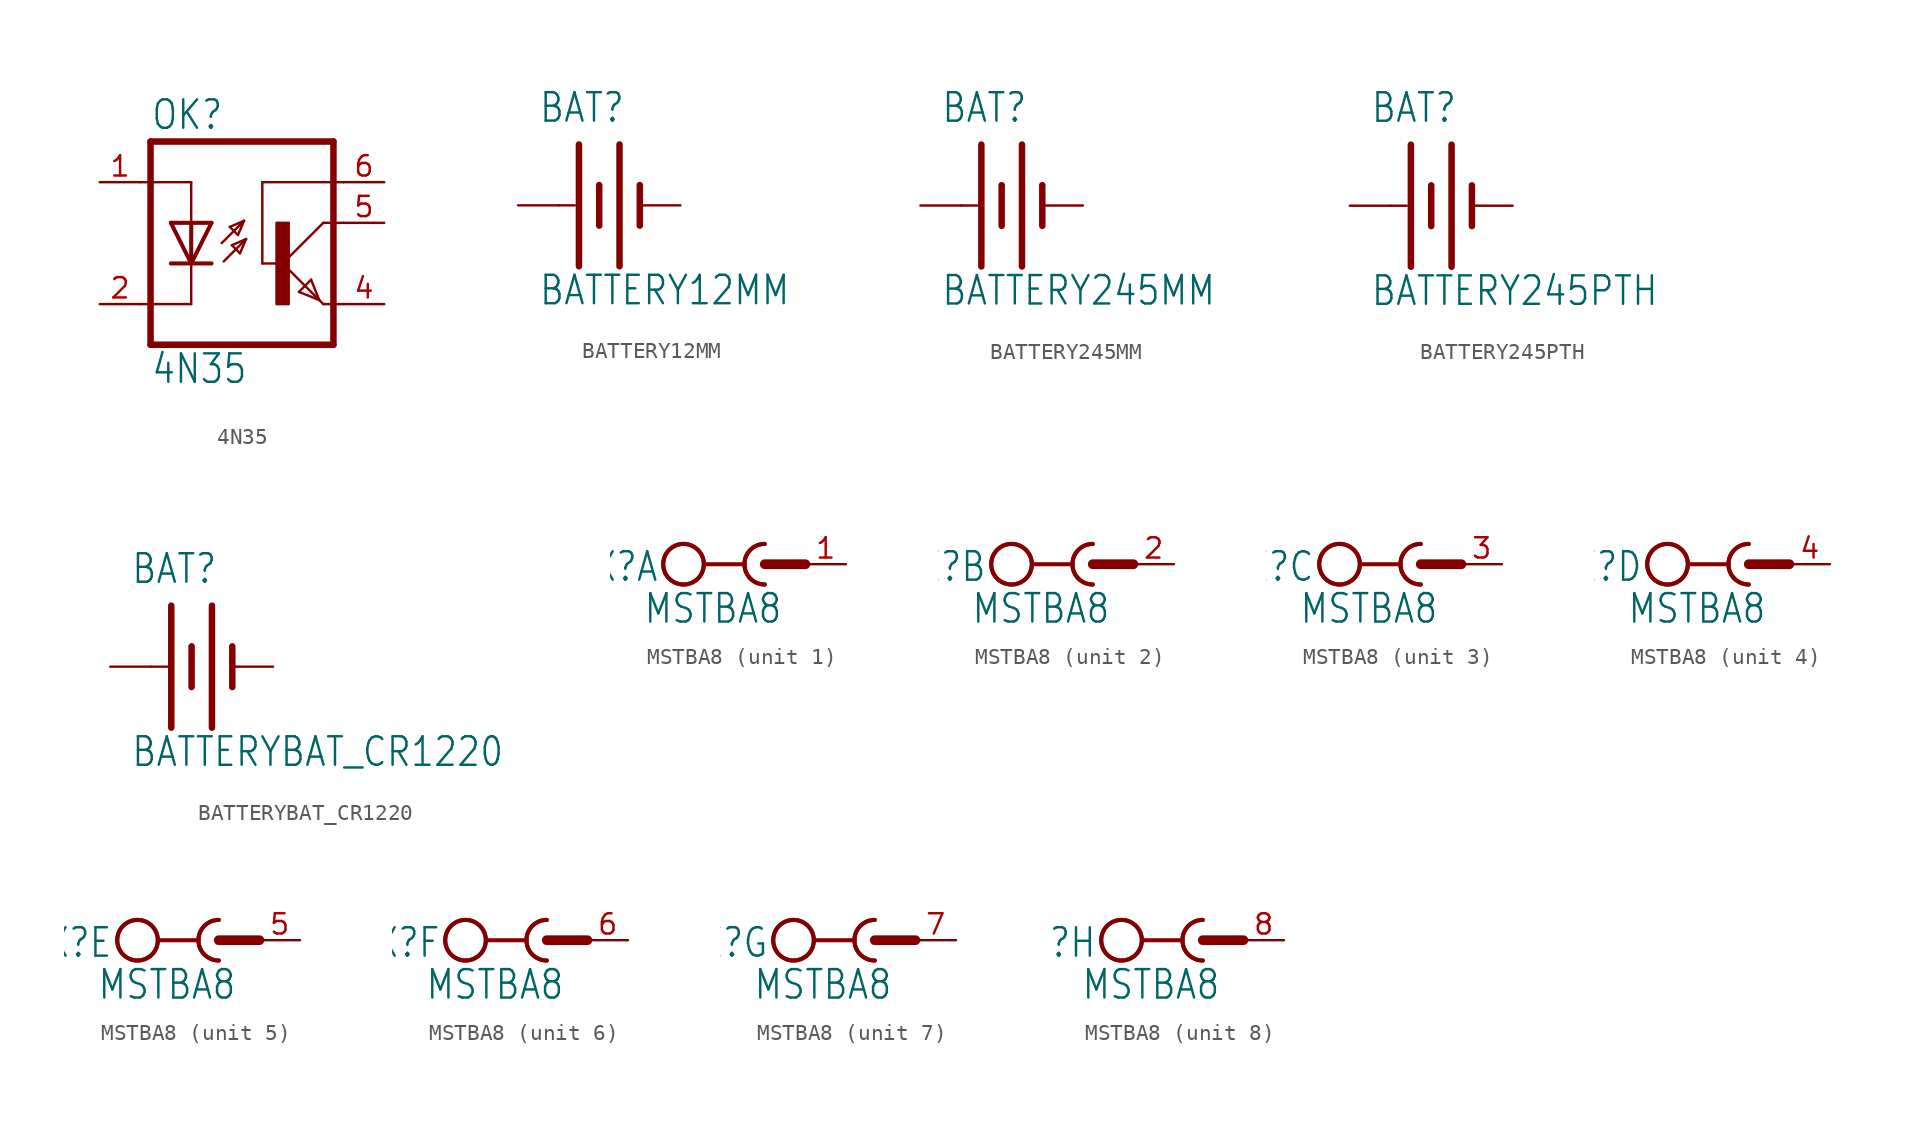
<source format=kicad_sym>
(kicad_symbol_lib
  (version 20220331)
  (generator kicad_symbol_editor)
  (symbol "4N35"
    (property "Reference" "OK"
      (at -6.985 5.715 0)
      (effects (font (size 1.778 1.511)) (justify left bottom)))
    (property "Value" "4N35"
      (at -6.985 -10.16 0)
      (effects (font (size 1.778 1.511)) (justify left bottom)))
    (property "ki_locked" ""
      (at 0 0 0)
      (effects (font (size 1.27 1.27))))
    (symbol "4N35_1_0"
      (polyline (pts (xy -7.62 2.54) (xy -4.445 2.54)) (stroke (width 0.152) (type solid)) (fill (type none)))
      (polyline (pts (xy -6.985 -7.62) (xy 4.445 -7.62)) (stroke (width 0.406) (type solid)) (fill (type none)))
      (polyline (pts (xy -6.985 5.08) (xy -6.985 -7.62)) (stroke (width 0.406) (type solid)) (fill (type none)))
      (polyline (pts (xy -6.985 5.08) (xy 4.445 5.08)) (stroke (width 0.406) (type solid)) (fill (type none)))
      (polyline (pts (xy -4.445 -5.08) (xy -7.62 -5.08)) (stroke (width 0.152) (type solid)) (fill (type none)))
      (polyline (pts (xy -4.445 -2.54) (xy -5.715 -2.54)) (stroke (width 0.254) (type solid)) (fill (type none)))
      (polyline (pts (xy -4.445 -2.54) (xy -5.715 0)) (stroke (width 0.254) (type solid)) (fill (type none)))
      (polyline (pts (xy -4.445 -2.54) (xy -4.445 -5.08)) (stroke (width 0.152) (type solid)) (fill (type none)))
      (polyline (pts (xy -4.445 0) (xy -5.715 0)) (stroke (width 0.254) (type solid)) (fill (type none)))
      (polyline (pts (xy -4.445 0) (xy -4.445 -2.54)) (stroke (width 0.254) (type solid)) (fill (type none)))
      (polyline (pts (xy -4.445 2.54) (xy -4.445 0)) (stroke (width 0.152) (type solid)) (fill (type none)))
      (polyline (pts (xy -3.175 -2.54) (xy -4.445 -2.54)) (stroke (width 0.254) (type solid)) (fill (type none)))
      (polyline (pts (xy -3.175 0) (xy -4.445 -2.54)) (stroke (width 0.254) (type solid)) (fill (type none)))
      (polyline (pts (xy -3.175 0) (xy -4.445 0)) (stroke (width 0.254) (type solid)) (fill (type none)))
      (polyline (pts (xy -2.54 -1.27) (xy -1.143 0.127)) (stroke (width 0.152) (type solid)) (fill (type none)))
      (polyline (pts (xy -2.413 -2.413) (xy -1.016 -1.016)) (stroke (width 0.152) (type solid)) (fill (type none)))
      (polyline (pts (xy -2.032 -0.254) (xy -1.524 -0.762)) (stroke (width 0.152) (type solid)) (fill (type none)))
      (polyline (pts (xy -1.905 -1.397) (xy -1.397 -1.905)) (stroke (width 0.152) (type solid)) (fill (type none)))
      (polyline (pts (xy -1.524 -0.762) (xy -1.143 0.127)) (stroke (width 0.152) (type solid)) (fill (type none)))
      (polyline (pts (xy -1.397 -1.905) (xy -1.016 -1.016)) (stroke (width 0.152) (type solid)) (fill (type none)))
      (polyline (pts (xy -1.143 0.127) (xy -2.032 -0.254)) (stroke (width 0.152) (type solid)) (fill (type none)))
      (polyline (pts (xy -1.016 -1.016) (xy -1.905 -1.397)) (stroke (width 0.152) (type solid)) (fill (type none)))
      (polyline (pts (xy 0 -2.54) (xy 0 2.54)) (stroke (width 0.152) (type solid)) (fill (type none)))
      (polyline (pts (xy 0 -2.54) (xy 1.016 -2.54)) (stroke (width 0.152) (type solid)) (fill (type none)))
      (polyline (pts (xy 0 2.54) (xy 5.08 2.54)) (stroke (width 0.152) (type solid)) (fill (type none)))
      (polyline (pts (xy 1.27 -2.54) (xy 3.556 -4.826)) (stroke (width 0.152) (type solid)) (fill (type none)))
      (polyline (pts (xy 2.286 -4.318) (xy 3.048 -3.556)) (stroke (width 0.152) (type solid)) (fill (type none)))
      (polyline (pts (xy 3.048 -3.556) (xy 3.556 -4.826)) (stroke (width 0.152) (type solid)) (fill (type none)))
      (polyline (pts (xy 3.556 -4.826) (xy 2.286 -4.318)) (stroke (width 0.152) (type solid)) (fill (type none)))
      (polyline (pts (xy 3.556 -4.826) (xy 3.81 -5.08)) (stroke (width 0.152) (type solid)) (fill (type none)))
      (polyline (pts (xy 3.81 -5.08) (xy 5.08 -5.08)) (stroke (width 0.152) (type solid)) (fill (type none)))
      (polyline (pts (xy 3.81 0) (xy 1.27 -2.54)) (stroke (width 0.152) (type solid)) (fill (type none)))
      (polyline (pts (xy 3.81 0) (xy 5.08 0)) (stroke (width 0.152) (type solid)) (fill (type none)))
      (polyline (pts (xy 4.445 5.08) (xy 4.445 -7.62)) (stroke (width 0.406) (type solid)) (fill (type none)))
      (rectangle (start 0.889 -5.08) (end 1.651 0) (stroke (width 0) (type default)) (fill (type outline)))
      (pin passive line (at -10.16 2.54 0) (length 2.54) (name "A" (effects (font (size 0 0)))) (number "1" (effects (font (size 1.27 1.27)))))
      (pin passive line (at -10.16 -5.08 0) (length 2.54) (name "C" (effects (font (size 0 0)))) (number "2" (effects (font (size 1.27 1.27)))))
      (pin passive line (at 7.62 -5.08 180) (length 2.54) (name "EMI" (effects (font (size 0 0)))) (number "4" (effects (font (size 1.27 1.27)))))
      (pin passive line (at 7.62 0 180) (length 2.54) (name "COL" (effects (font (size 0 0)))) (number "5" (effects (font (size 1.27 1.27)))))
      (pin passive line (at 7.62 2.54 180) (length 2.54) (name "BAS" (effects (font (size 0 0)))) (number "6" (effects (font (size 1.27 1.27)))))))
  (symbol "BATTERY12MM"
    (property "Reference" "BAT"
      (at -3.81 5.08 0)
      (effects (font (size 1.778 1.511)) (justify left bottom)))
    (property "Value" "BATTERY12MM"
      (at -3.81 -6.35 0)
      (effects (font (size 1.778 1.511)) (justify left bottom)))
    (property "ki_locked" ""
      (at 0 0 0)
      (effects (font (size 1.27 1.27))))
    (symbol "BATTERY12MM_1_0"
      (polyline (pts (xy -2.54 0) (xy -1.524 0)) (stroke (width 0.152) (type solid)) (fill (type none)))
      (polyline (pts (xy -1.27 3.81) (xy -1.27 -3.81)) (stroke (width 0.406) (type solid)) (fill (type none)))
      (polyline (pts (xy 0 1.27) (xy 0 -1.27)) (stroke (width 0.406) (type solid)) (fill (type none)))
      (polyline (pts (xy 1.27 3.81) (xy 1.27 -3.81)) (stroke (width 0.406) (type solid)) (fill (type none)))
      (polyline (pts (xy 2.54 1.27) (xy 2.54 -1.27)) (stroke (width 0.406) (type solid)) (fill (type none)))
      (pin power_in line (at 5.08 0 180) (length 2.54) (name "-" (effects (font (size 0 0)))) (number "GND" (effects (font (size 0 0)))))
      (pin power_in line (at -5.08 0 0) (length 2.54) (name "+" (effects (font (size 0 0)))) (number "PWR@1" (effects (font (size 0 0)))))))
  (symbol "BATTERY245MM"
    (property "Reference" "BAT"
      (at -3.81 5.08 0)
      (effects (font (size 1.778 1.511)) (justify left bottom)))
    (property "Value" "BATTERY245MM"
      (at -3.81 -6.35 0)
      (effects (font (size 1.778 1.511)) (justify left bottom)))
    (property "ki_locked" ""
      (at 0 0 0)
      (effects (font (size 1.27 1.27))))
    (symbol "BATTERY245MM_1_0"
      (polyline (pts (xy -2.54 0) (xy -1.524 0)) (stroke (width 0.152) (type solid)) (fill (type none)))
      (polyline (pts (xy -1.27 3.81) (xy -1.27 -3.81)) (stroke (width 0.406) (type solid)) (fill (type none)))
      (polyline (pts (xy 0 1.27) (xy 0 -1.27)) (stroke (width 0.406) (type solid)) (fill (type none)))
      (polyline (pts (xy 1.27 3.81) (xy 1.27 -3.81)) (stroke (width 0.406) (type solid)) (fill (type none)))
      (polyline (pts (xy 2.54 1.27) (xy 2.54 -1.27)) (stroke (width 0.406) (type solid)) (fill (type none)))
      (pin power_in line (at -5.08 0 0) (length 2.54) (name "+" (effects (font (size 0 0)))) (number "1" (effects (font (size 0 0)))))
      (pin power_in line (at 5.08 0 180) (length 2.54) (name "-" (effects (font (size 0 0)))) (number "2" (effects (font (size 0 0)))))))
  (symbol "BATTERY245PTH"
    (property "Reference" "BAT"
      (at -3.81 5.08 0)
      (effects (font (size 1.778 1.511)) (justify left bottom)))
    (property "Value" "BATTERY245PTH"
      (at -3.81 -6.35 0)
      (effects (font (size 1.778 1.511)) (justify left bottom)))
    (property "ki_locked" ""
      (at 0 0 0)
      (effects (font (size 1.27 1.27))))
    (symbol "BATTERY245PTH_1_0"
      (polyline (pts (xy -2.54 0) (xy -1.524 0)) (stroke (width 0.152) (type solid)) (fill (type none)))
      (polyline (pts (xy -1.27 3.81) (xy -1.27 -3.81)) (stroke (width 0.406) (type solid)) (fill (type none)))
      (polyline (pts (xy 0 1.27) (xy 0 -1.27)) (stroke (width 0.406) (type solid)) (fill (type none)))
      (polyline (pts (xy 1.27 3.81) (xy 1.27 -3.81)) (stroke (width 0.406) (type solid)) (fill (type none)))
      (polyline (pts (xy 2.54 1.27) (xy 2.54 -1.27)) (stroke (width 0.406) (type solid)) (fill (type none)))
      (pin power_in line (at 5.08 0 180) (length 2.54) (name "-" (effects (font (size 0 0)))) (number "2" (effects (font (size 0 0)))))
      (pin power_in line (at -5.08 0 0) (length 2.54) (name "+" (effects (font (size 0 0)))) (number "3" (effects (font (size 0 0)))))))
  (symbol "BATTERYBAT_CR1220"
    (property "Reference" "BAT"
      (at -3.81 5.08 0)
      (effects (font (size 1.778 1.511)) (justify left bottom)))
    (property "Value" "BATTERYBAT_CR1220"
      (at -3.81 -6.35 0)
      (effects (font (size 1.778 1.511)) (justify left bottom)))
    (property "ki_locked" ""
      (at 0 0 0)
      (effects (font (size 1.27 1.27))))
    (symbol "BATTERYBAT_CR1220_1_0"
      (polyline (pts (xy -2.54 0) (xy -1.524 0)) (stroke (width 0.152) (type solid)) (fill (type none)))
      (polyline (pts (xy -1.27 3.81) (xy -1.27 -3.81)) (stroke (width 0.406) (type solid)) (fill (type none)))
      (polyline (pts (xy 0 1.27) (xy 0 -1.27)) (stroke (width 0.406) (type solid)) (fill (type none)))
      (polyline (pts (xy 1.27 3.81) (xy 1.27 -3.81)) (stroke (width 0.406) (type solid)) (fill (type none)))
      (polyline (pts (xy 2.54 1.27) (xy 2.54 -1.27)) (stroke (width 0.406) (type solid)) (fill (type none)))
      (pin power_in line (at 5.08 0 180) (length 2.54) (name "-" (effects (font (size 0 0)))) (number "GND" (effects (font (size 0 0)))))
      (pin power_in line (at -5.08 0 0) (length 2.54) (name "+" (effects (font (size 0 0)))) (number "V+" (effects (font (size 0 0)))))))
  (symbol "MSTBA8"
    (property "Reference" "X"
      (at -6.604 0.889 0)
      (effects (font (size 1.778 1.511)) (justify right top)))
    (property "Value" "MSTBA8"
      (at -7.62 -3.81 0)
      (effects (font (size 1.778 1.511)) (justify left bottom)))
    (property "ki_locked" ""
      (at 0 0 0)
      (effects (font (size 1.27 1.27))))
    (symbol "MSTBA8_1_0"
      (circle (center -5.08 0) (radius 1.27) (stroke (width 0.254) (type solid)) (fill (type none)))
      (circle (center -5.08 0) (radius 1.27) (stroke (width 0.254) (type solid)) (fill (type none)))
      (arc (start -1.27 0) (mid -0.898 -0.898) (end 0 -1.27) (stroke (width 0.254) (type solid)) (fill (type none)))
      (polyline (pts (xy -3.81 0) (xy -1.27 0)) (stroke (width 0.254) (type solid)) (fill (type none)))
      (polyline (pts (xy 0 0) (xy 2.54 0)) (stroke (width 0.61) (type solid)) (fill (type none)))
      (arc (start 0 1.27) (mid -0.898 0.898) (end -1.27 0) (stroke (width 0.254) (type solid)) (fill (type none)))
      (arc (start 0 1.27) (mid -1.27 0) (end 0 -1.27) (stroke (width 0.254) (type solid)) (fill (type none)))
      (pin passive line (at 5.08 0 180) (length 2.54) (name "1" (effects (font (size 0 0)))) (number "1" (effects (font (size 1.27 1.27))))))
    (symbol "MSTBA8_2_0"
      (circle (center -5.08 0) (radius 1.27) (stroke (width 0.254) (type solid)) (fill (type none)))
      (circle (center -5.08 0) (radius 1.27) (stroke (width 0.254) (type solid)) (fill (type none)))
      (arc (start -1.27 0) (mid -0.898 -0.898) (end 0 -1.27) (stroke (width 0.254) (type solid)) (fill (type none)))
      (polyline (pts (xy -3.81 0) (xy -1.27 0)) (stroke (width 0.254) (type solid)) (fill (type none)))
      (polyline (pts (xy 0 0) (xy 2.54 0)) (stroke (width 0.61) (type solid)) (fill (type none)))
      (arc (start 0 1.27) (mid -0.898 0.898) (end -1.27 0) (stroke (width 0.254) (type solid)) (fill (type none)))
      (arc (start 0 1.27) (mid -1.27 0) (end 0 -1.27) (stroke (width 0.254) (type solid)) (fill (type none)))
      (pin passive line (at 5.08 0 180) (length 2.54) (name "1" (effects (font (size 0 0)))) (number "2" (effects (font (size 1.27 1.27))))))
    (symbol "MSTBA8_3_0"
      (circle (center -5.08 0) (radius 1.27) (stroke (width 0.254) (type solid)) (fill (type none)))
      (circle (center -5.08 0) (radius 1.27) (stroke (width 0.254) (type solid)) (fill (type none)))
      (arc (start -1.27 0) (mid -0.898 -0.898) (end 0 -1.27) (stroke (width 0.254) (type solid)) (fill (type none)))
      (polyline (pts (xy -3.81 0) (xy -1.27 0)) (stroke (width 0.254) (type solid)) (fill (type none)))
      (polyline (pts (xy 0 0) (xy 2.54 0)) (stroke (width 0.61) (type solid)) (fill (type none)))
      (arc (start 0 1.27) (mid -0.898 0.898) (end -1.27 0) (stroke (width 0.254) (type solid)) (fill (type none)))
      (arc (start 0 1.27) (mid -1.27 0) (end 0 -1.27) (stroke (width 0.254) (type solid)) (fill (type none)))
      (pin passive line (at 5.08 0 180) (length 2.54) (name "1" (effects (font (size 0 0)))) (number "3" (effects (font (size 1.27 1.27))))))
    (symbol "MSTBA8_4_0"
      (circle (center -5.08 0) (radius 1.27) (stroke (width 0.254) (type solid)) (fill (type none)))
      (circle (center -5.08 0) (radius 1.27) (stroke (width 0.254) (type solid)) (fill (type none)))
      (arc (start -1.27 0) (mid -0.898 -0.898) (end 0 -1.27) (stroke (width 0.254) (type solid)) (fill (type none)))
      (polyline (pts (xy -3.81 0) (xy -1.27 0)) (stroke (width 0.254) (type solid)) (fill (type none)))
      (polyline (pts (xy 0 0) (xy 2.54 0)) (stroke (width 0.61) (type solid)) (fill (type none)))
      (arc (start 0 1.27) (mid -0.898 0.898) (end -1.27 0) (stroke (width 0.254) (type solid)) (fill (type none)))
      (arc (start 0 1.27) (mid -1.27 0) (end 0 -1.27) (stroke (width 0.254) (type solid)) (fill (type none)))
      (pin passive line (at 5.08 0 180) (length 2.54) (name "1" (effects (font (size 0 0)))) (number "4" (effects (font (size 1.27 1.27))))))
    (symbol "MSTBA8_5_0"
      (circle (center -5.08 0) (radius 1.27) (stroke (width 0.254) (type solid)) (fill (type none)))
      (circle (center -5.08 0) (radius 1.27) (stroke (width 0.254) (type solid)) (fill (type none)))
      (arc (start -1.27 0) (mid -0.898 -0.898) (end 0 -1.27) (stroke (width 0.254) (type solid)) (fill (type none)))
      (polyline (pts (xy -3.81 0) (xy -1.27 0)) (stroke (width 0.254) (type solid)) (fill (type none)))
      (polyline (pts (xy 0 0) (xy 2.54 0)) (stroke (width 0.61) (type solid)) (fill (type none)))
      (arc (start 0 1.27) (mid -0.898 0.898) (end -1.27 0) (stroke (width 0.254) (type solid)) (fill (type none)))
      (arc (start 0 1.27) (mid -1.27 0) (end 0 -1.27) (stroke (width 0.254) (type solid)) (fill (type none)))
      (pin passive line (at 5.08 0 180) (length 2.54) (name "1" (effects (font (size 0 0)))) (number "5" (effects (font (size 1.27 1.27))))))
    (symbol "MSTBA8_6_0"
      (circle (center -5.08 0) (radius 1.27) (stroke (width 0.254) (type solid)) (fill (type none)))
      (circle (center -5.08 0) (radius 1.27) (stroke (width 0.254) (type solid)) (fill (type none)))
      (arc (start -1.27 0) (mid -0.898 -0.898) (end 0 -1.27) (stroke (width 0.254) (type solid)) (fill (type none)))
      (polyline (pts (xy -3.81 0) (xy -1.27 0)) (stroke (width 0.254) (type solid)) (fill (type none)))
      (polyline (pts (xy 0 0) (xy 2.54 0)) (stroke (width 0.61) (type solid)) (fill (type none)))
      (arc (start 0 1.27) (mid -0.898 0.898) (end -1.27 0) (stroke (width 0.254) (type solid)) (fill (type none)))
      (arc (start 0 1.27) (mid -1.27 0) (end 0 -1.27) (stroke (width 0.254) (type solid)) (fill (type none)))
      (pin passive line (at 5.08 0 180) (length 2.54) (name "1" (effects (font (size 0 0)))) (number "6" (effects (font (size 1.27 1.27))))))
    (symbol "MSTBA8_7_0"
      (circle (center -5.08 0) (radius 1.27) (stroke (width 0.254) (type solid)) (fill (type none)))
      (circle (center -5.08 0) (radius 1.27) (stroke (width 0.254) (type solid)) (fill (type none)))
      (arc (start -1.27 0) (mid -0.898 -0.898) (end 0 -1.27) (stroke (width 0.254) (type solid)) (fill (type none)))
      (polyline (pts (xy -3.81 0) (xy -1.27 0)) (stroke (width 0.254) (type solid)) (fill (type none)))
      (polyline (pts (xy 0 0) (xy 2.54 0)) (stroke (width 0.61) (type solid)) (fill (type none)))
      (arc (start 0 1.27) (mid -0.898 0.898) (end -1.27 0) (stroke (width 0.254) (type solid)) (fill (type none)))
      (arc (start 0 1.27) (mid -1.27 0) (end 0 -1.27) (stroke (width 0.254) (type solid)) (fill (type none)))
      (pin passive line (at 5.08 0 180) (length 2.54) (name "1" (effects (font (size 0 0)))) (number "7" (effects (font (size 1.27 1.27))))))
    (symbol "MSTBA8_8_0"
      (circle (center -5.08 0) (radius 1.27) (stroke (width 0.254) (type solid)) (fill (type none)))
      (circle (center -5.08 0) (radius 1.27) (stroke (width 0.254) (type solid)) (fill (type none)))
      (arc (start -1.27 0) (mid -0.898 -0.898) (end 0 -1.27) (stroke (width 0.254) (type solid)) (fill (type none)))
      (polyline (pts (xy -3.81 0) (xy -1.27 0)) (stroke (width 0.254) (type solid)) (fill (type none)))
      (polyline (pts (xy 0 0) (xy 2.54 0)) (stroke (width 0.61) (type solid)) (fill (type none)))
      (arc (start 0 1.27) (mid -0.898 0.898) (end -1.27 0) (stroke (width 0.254) (type solid)) (fill (type none)))
      (arc (start 0 1.27) (mid -1.27 0) (end 0 -1.27) (stroke (width 0.254) (type solid)) (fill (type none)))
      (pin passive line (at 5.08 0 180) (length 2.54) (name "1" (effects (font (size 0 0)))) (number "8" (effects (font (size 1.27 1.27))))))))
</source>
